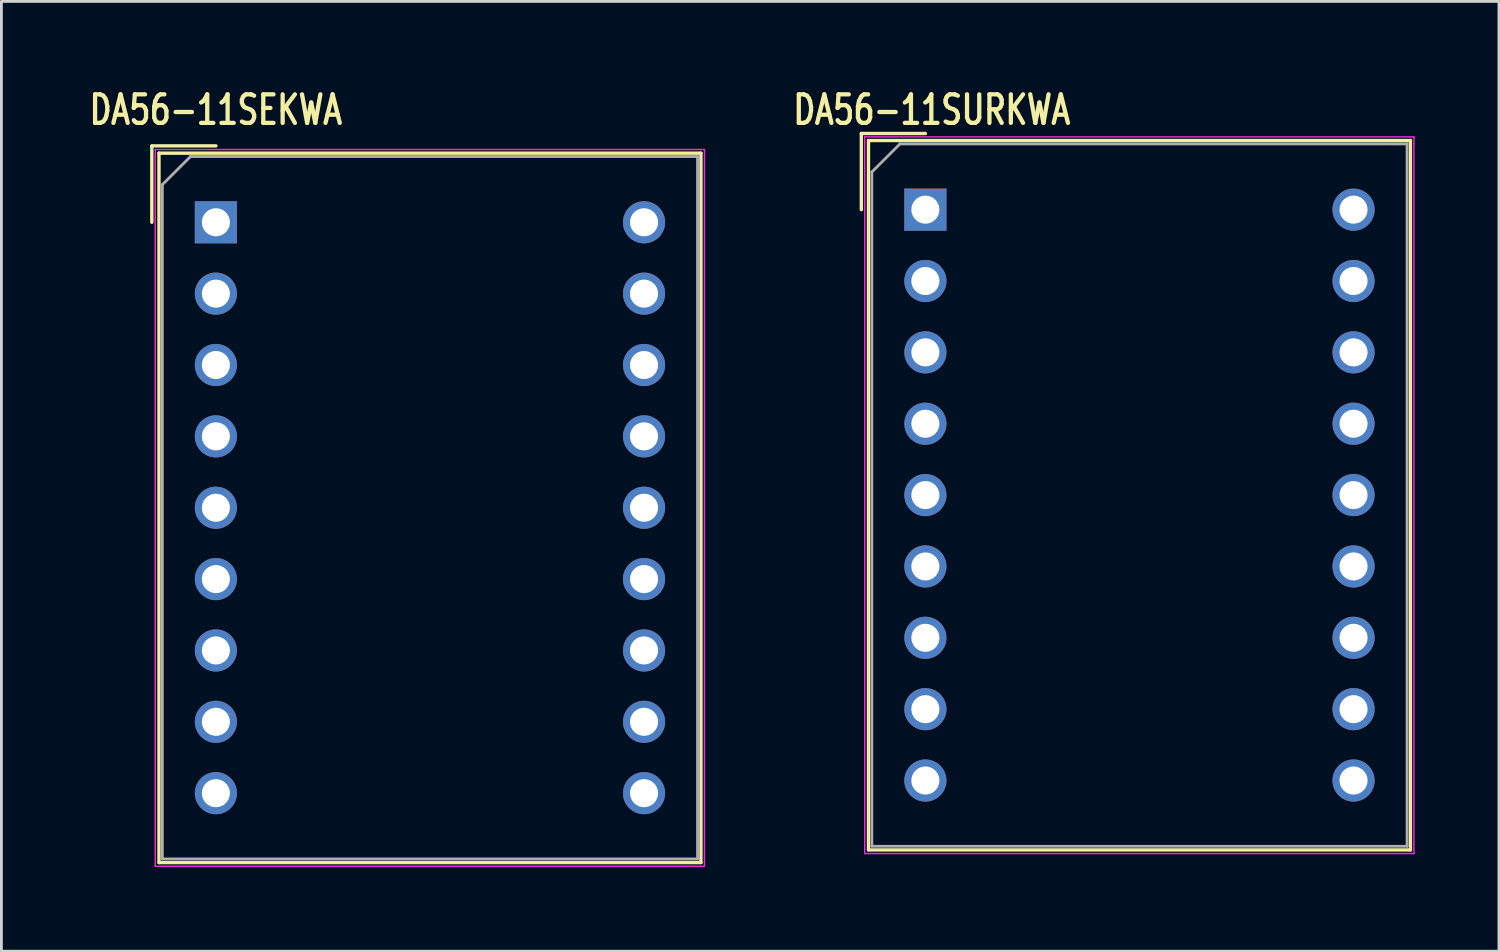
<source format=kicad_pcb>
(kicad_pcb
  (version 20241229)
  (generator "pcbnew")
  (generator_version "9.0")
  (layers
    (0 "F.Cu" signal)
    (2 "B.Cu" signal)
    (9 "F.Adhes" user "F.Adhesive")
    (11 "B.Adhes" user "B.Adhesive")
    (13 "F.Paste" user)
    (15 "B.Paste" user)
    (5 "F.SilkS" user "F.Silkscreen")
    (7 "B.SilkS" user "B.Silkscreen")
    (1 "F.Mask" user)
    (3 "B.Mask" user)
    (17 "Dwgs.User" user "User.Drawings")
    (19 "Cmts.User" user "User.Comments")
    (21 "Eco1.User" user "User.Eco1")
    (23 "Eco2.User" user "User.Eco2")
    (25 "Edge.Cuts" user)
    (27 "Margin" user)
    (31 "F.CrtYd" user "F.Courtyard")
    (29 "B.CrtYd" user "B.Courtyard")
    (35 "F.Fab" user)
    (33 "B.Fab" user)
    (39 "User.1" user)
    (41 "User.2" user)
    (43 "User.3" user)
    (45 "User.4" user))
  (footprint "DA56-11SURKWA"
    (layer "F.Cu")
    (at 29.888 4.412)
    (property "Reference" "DA56-11SURKWA" (at 0.23 -3.55 0) (layer "F.SilkS") (effects (font (size 1.016 0.762) (thickness 0.152))))
    (attr through_hole)
    (fp_line (start -2.28 -2.71) (end -2.28 0) (stroke (width 0.12) (type solid)) (layer "F.SilkS"))
    (fp_line (start -2.28 -2.71) (end 0 -2.71) (stroke (width 0.12) (type solid)) (layer "F.SilkS"))
    (fp_line (start -2.025 -2.46) (end 17.265 -2.46) (stroke (width 0.12) (type solid)) (layer "F.SilkS"))
    (fp_line (start -2.025 22.79) (end -2.025 -2.46) (stroke (width 0.12) (type solid)) (layer "F.SilkS"))
    (fp_line (start 17.265 -2.46) (end 17.265 22.79) (stroke (width 0.12) (type solid)) (layer "F.SilkS"))
    (fp_line (start 17.265 22.79) (end -2.025 22.79) (stroke (width 0.12) (type solid)) (layer "F.SilkS"))
    (fp_line (start -2.16 -2.59) (end 17.39 -2.59) (stroke (width 0.05) (type solid)) (layer "F.CrtYd"))
    (fp_line (start -2.16 22.92) (end -2.16 -2.59) (stroke (width 0.05) (type solid)) (layer "F.CrtYd"))
    (fp_line (start 17.39 -2.59) (end 17.39 22.92) (stroke (width 0.05) (type solid)) (layer "F.CrtYd"))
    (fp_line (start 17.39 22.92) (end -2.16 22.92) (stroke (width 0.05) (type solid)) (layer "F.CrtYd"))
    (fp_line (start -1.905 -1.34) (end -0.905 -2.34) (stroke (width 0.1) (type solid)) (layer "F.Fab"))
    (fp_line (start -1.905 22.66) (end -1.905 -1.34) (stroke (width 0.1) (type solid)) (layer "F.Fab"))
    (fp_line (start -0.905 -2.34) (end 17.145 -2.34) (stroke (width 0.1) (type solid)) (layer "F.Fab"))
    (fp_line (start 17.145 -2.34) (end 17.145 22.66) (stroke (width 0.1) (type solid)) (layer "F.Fab"))
    (fp_line (start 17.145 22.66) (end -1.905 22.66) (stroke (width 0.1) (type solid)) (layer "F.Fab"))
    (pad "1" thru_hole rect (at 0 0) (size 1.5 1.5) (drill 1) (layers "*.Cu" "*.Mask"))
    (pad "2" thru_hole circle (at 0 2.54) (size 1.5 1.5) (drill 1) (layers "*.Cu" "*.Mask"))
    (pad "3" thru_hole circle (at 0 5.08) (size 1.5 1.5) (drill 1) (layers "*.Cu" "*.Mask"))
    (pad "4" thru_hole circle (at 0 7.62) (size 1.5 1.5) (drill 1) (layers "*.Cu" "*.Mask"))
    (pad "5" thru_hole circle (at 0 10.16) (size 1.5 1.5) (drill 1) (layers "*.Cu" "*.Mask"))
    (pad "6" thru_hole circle (at 0 12.7) (size 1.5 1.5) (drill 1) (layers "*.Cu" "*.Mask"))
    (pad "7" thru_hole circle (at 0 15.24) (size 1.5 1.5) (drill 1) (layers "*.Cu" "*.Mask"))
    (pad "8" thru_hole circle (at 0 17.78) (size 1.5 1.5) (drill 1) (layers "*.Cu" "*.Mask"))
    (pad "9" thru_hole circle (at 0 20.32) (size 1.5 1.5) (drill 1) (layers "*.Cu" "*.Mask"))
    (pad "10" thru_hole circle (at 15.24 20.32) (size 1.5 1.5) (drill 1) (layers "*.Cu" "*.Mask"))
    (pad "11" thru_hole circle (at 15.24 17.78) (size 1.5 1.5) (drill 1) (layers "*.Cu" "*.Mask"))
    (pad "12" thru_hole circle (at 15.24 15.24) (size 1.5 1.5) (drill 1) (layers "*.Cu" "*.Mask"))
    (pad "13" thru_hole circle (at 15.24 12.7) (size 1.5 1.5) (drill 1) (layers "*.Cu" "*.Mask"))
    (pad "14" thru_hole circle (at 15.24 10.16) (size 1.5 1.5) (drill 1) (layers "*.Cu" "*.Mask"))
    (pad "15" thru_hole circle (at 15.24 7.62) (size 1.5 1.5) (drill 1) (layers "*.Cu" "*.Mask"))
    (pad "16" thru_hole circle (at 15.24 5.08) (size 1.5 1.5) (drill 1) (layers "*.Cu" "*.Mask"))
    (pad "17" thru_hole circle (at 15.24 2.54) (size 1.5 1.5) (drill 1) (layers "*.Cu" "*.Mask"))
    (pad "18" thru_hole circle (at 15.24 0) (size 1.5 1.5) (drill 1) (layers "*.Cu" "*.Mask")))
  (footprint "DA56-11SEKWA"
    (layer "F.Cu")
    (at 4.634 4.862)
    (property "Reference" "DA56-11SEKWA" (at 0 -4 0) (layer "F.SilkS") (effects (font (size 1.016 0.762) (thickness 0.152))))
    (attr through_hole)
    (fp_line (start -2.28 -2.72) (end 0 -2.72) (stroke (width 0.12) (type solid)) (layer "F.SilkS"))
    (fp_line (start -2.28 -2.71) (end -2.28 0) (stroke (width 0.12) (type solid)) (layer "F.SilkS"))
    (fp_line (start -2.025 -2.46) (end 17.265 -2.46) (stroke (width 0.12) (type solid)) (layer "F.SilkS"))
    (fp_line (start -2.025 22.79) (end -2.025 -2.46) (stroke (width 0.12) (type solid)) (layer "F.SilkS"))
    (fp_line (start 17.265 -2.46) (end 17.265 22.79) (stroke (width 0.12) (type solid)) (layer "F.SilkS"))
    (fp_line (start 17.265 22.79) (end -2.025 22.79) (stroke (width 0.12) (type solid)) (layer "F.SilkS"))
    (fp_line (start -2.16 -2.59) (end 17.39 -2.59) (stroke (width 0.05) (type solid)) (layer "F.CrtYd"))
    (fp_line (start -2.16 22.92) (end -2.16 -2.59) (stroke (width 0.05) (type solid)) (layer "F.CrtYd"))
    (fp_line (start 17.39 -2.59) (end 17.39 22.92) (stroke (width 0.05) (type solid)) (layer "F.CrtYd"))
    (fp_line (start 17.39 22.92) (end -2.16 22.92) (stroke (width 0.05) (type solid)) (layer "F.CrtYd"))
    (fp_line (start -1.905 -1.34) (end -0.905 -2.34) (stroke (width 0.1) (type solid)) (layer "F.Fab"))
    (fp_line (start -1.905 22.66) (end -1.905 -1.34) (stroke (width 0.1) (type solid)) (layer "F.Fab"))
    (fp_line (start -0.905 -2.34) (end 17.145 -2.34) (stroke (width 0.1) (type solid)) (layer "F.Fab"))
    (fp_line (start 17.145 -2.34) (end 17.145 22.66) (stroke (width 0.1) (type solid)) (layer "F.Fab"))
    (fp_line (start 17.145 22.66) (end -1.905 22.66) (stroke (width 0.1) (type solid)) (layer "F.Fab"))
    (pad "1" thru_hole rect (at 0 0) (size 1.5 1.5) (drill 1) (layers "*.Cu" "*.Mask"))
    (pad "2" thru_hole circle (at 0 2.54) (size 1.5 1.5) (drill 1) (layers "*.Cu" "*.Mask"))
    (pad "3" thru_hole circle (at 0 5.08) (size 1.5 1.5) (drill 1) (layers "*.Cu" "*.Mask"))
    (pad "4" thru_hole circle (at 0 7.62) (size 1.5 1.5) (drill 1) (layers "*.Cu" "*.Mask"))
    (pad "5" thru_hole circle (at 0 10.16) (size 1.5 1.5) (drill 1) (layers "*.Cu" "*.Mask"))
    (pad "6" thru_hole circle (at 0 12.7) (size 1.5 1.5) (drill 1) (layers "*.Cu" "*.Mask"))
    (pad "7" thru_hole circle (at 0 15.24) (size 1.5 1.5) (drill 1) (layers "*.Cu" "*.Mask"))
    (pad "8" thru_hole circle (at 0 17.78) (size 1.5 1.5) (drill 1) (layers "*.Cu" "*.Mask"))
    (pad "9" thru_hole circle (at 0 20.32) (size 1.5 1.5) (drill 1) (layers "*.Cu" "*.Mask"))
    (pad "10" thru_hole circle (at 15.24 20.32) (size 1.5 1.5) (drill 1) (layers "*.Cu" "*.Mask"))
    (pad "11" thru_hole circle (at 15.24 17.78) (size 1.5 1.5) (drill 1) (layers "*.Cu" "*.Mask"))
    (pad "12" thru_hole circle (at 15.24 15.24) (size 1.5 1.5) (drill 1) (layers "*.Cu" "*.Mask"))
    (pad "13" thru_hole circle (at 15.24 12.7) (size 1.5 1.5) (drill 1) (layers "*.Cu" "*.Mask"))
    (pad "14" thru_hole circle (at 15.24 10.16) (size 1.5 1.5) (drill 1) (layers "*.Cu" "*.Mask"))
    (pad "15" thru_hole circle (at 15.24 7.62) (size 1.5 1.5) (drill 1) (layers "*.Cu" "*.Mask"))
    (pad "16" thru_hole circle (at 15.24 5.08) (size 1.5 1.5) (drill 1) (layers "*.Cu" "*.Mask"))
    (pad "17" thru_hole circle (at 15.24 2.54) (size 1.5 1.5) (drill 1) (layers "*.Cu" "*.Mask"))
    (pad "18" thru_hole circle (at 15.24 0) (size 1.5 1.5) (drill 1) (layers "*.Cu" "*.Mask")))
  (gr_rect
    (start -3 -3)
    (end 50.303 30.807)
    (stroke (width 0.1) (type default))
    (fill no)
    (layer "Edge.Cuts")))
</source>
